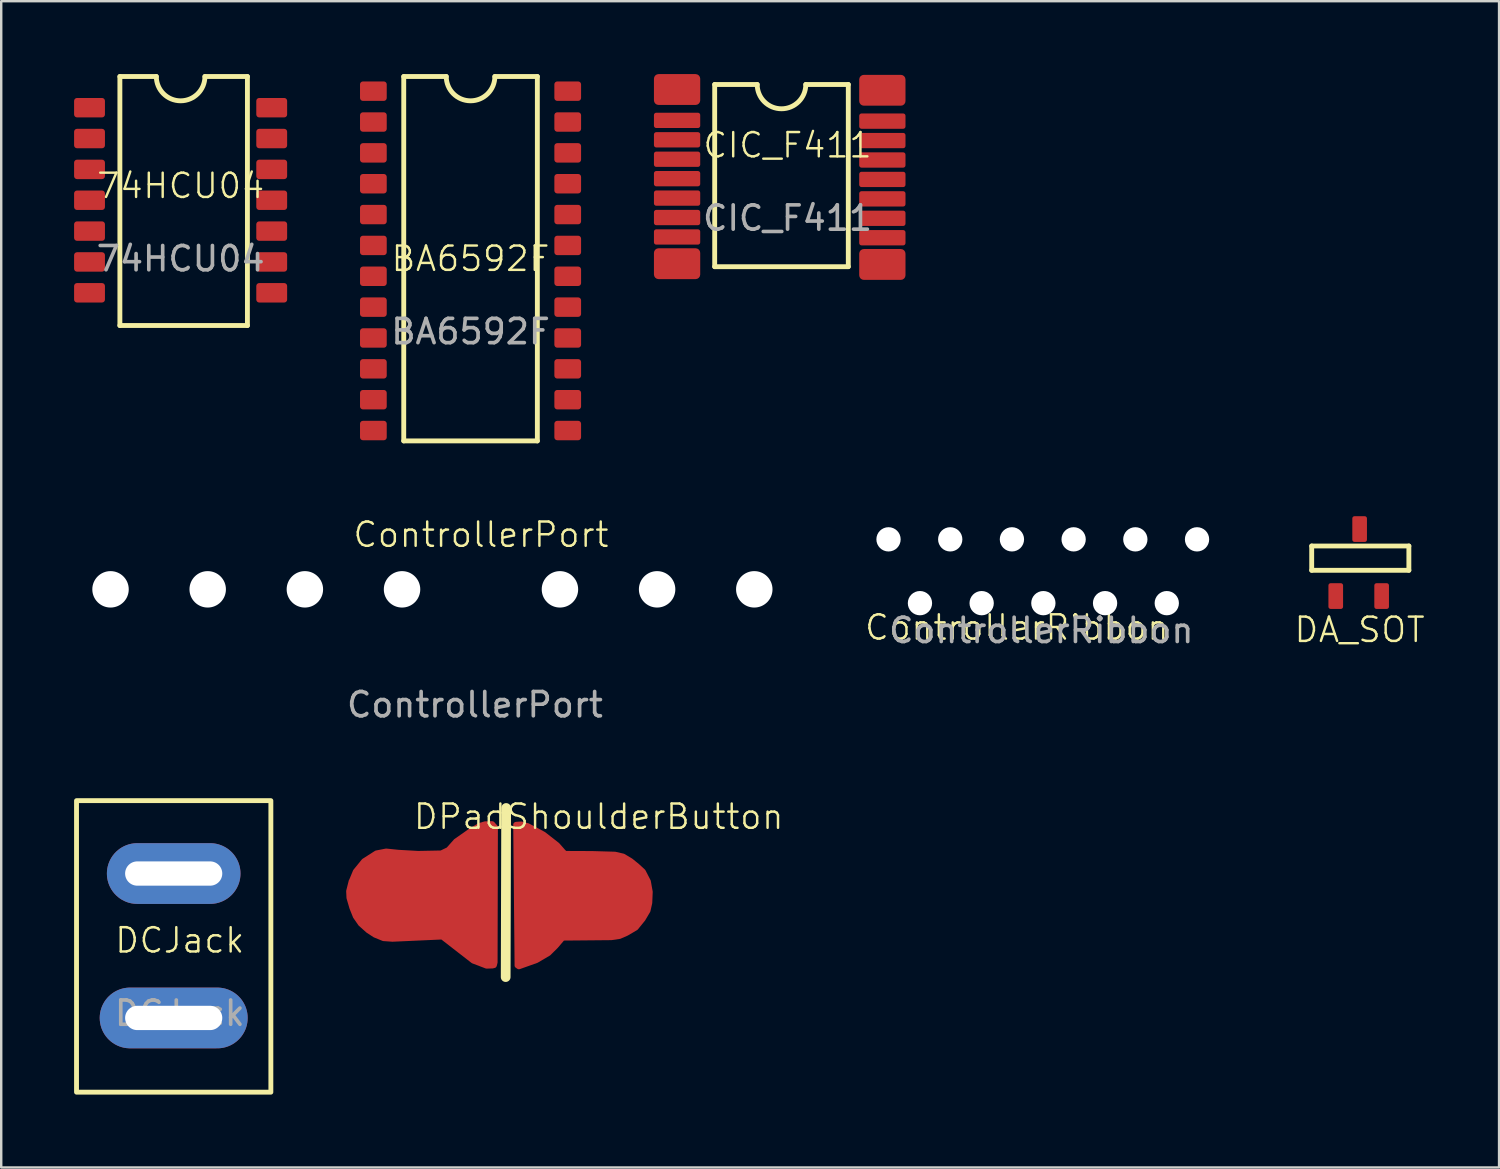
<source format=kicad_pcb>
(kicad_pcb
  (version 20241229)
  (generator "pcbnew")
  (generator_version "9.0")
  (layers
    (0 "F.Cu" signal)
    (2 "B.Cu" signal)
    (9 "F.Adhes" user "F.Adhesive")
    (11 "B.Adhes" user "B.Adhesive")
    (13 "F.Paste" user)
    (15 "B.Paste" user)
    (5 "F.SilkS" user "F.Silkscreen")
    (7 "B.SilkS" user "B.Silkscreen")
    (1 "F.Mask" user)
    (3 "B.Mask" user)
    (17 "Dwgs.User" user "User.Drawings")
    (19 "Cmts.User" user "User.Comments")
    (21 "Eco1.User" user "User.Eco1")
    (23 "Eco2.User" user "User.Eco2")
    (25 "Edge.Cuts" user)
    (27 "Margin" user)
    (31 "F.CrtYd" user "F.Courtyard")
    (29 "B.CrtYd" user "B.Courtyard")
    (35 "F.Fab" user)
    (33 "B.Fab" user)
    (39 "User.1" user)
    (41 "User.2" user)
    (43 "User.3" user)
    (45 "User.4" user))
  (footprint "CIC_F411"
    (layer "F.Cu")
    (at 29.37 3.428)
    (property "Reference" "CIC_F411" (at 0 -0.5 0) (unlocked yes) (layer "F.SilkS") (effects (font (size 1 1) (thickness 0.1))))
    (attr smd)
    (fp_line (start -3 -3) (end -3 4.5) (stroke (width 0.2) (type solid)) (layer "F.SilkS"))
    (fp_line (start -3 -3) (end -1.25 -3) (stroke (width 0.2) (type solid)) (layer "F.SilkS"))
    (fp_line (start -3 4.5) (end 2.5 4.5) (stroke (width 0.2) (type solid)) (layer "F.SilkS"))
    (fp_line (start 2.5 -3) (end 0.75 -3) (stroke (width 0.2) (type solid)) (layer "F.SilkS"))
    (fp_line (start 2.5 4.5) (end 2.5 -3) (stroke (width 0.2) (type solid)) (layer "F.SilkS"))
    (fp_arc (start 0.75 -3) (mid -0.25 -2) (end -1.25 -3) (stroke (width 0.2) (type solid)) (layer "F.SilkS"))
    (fp_text user "${REFERENCE}" (at 0 2.5 0) (unlocked yes) (layer "F.Fab") (effects (font (size 1 1) (thickness 0.15))))
    (pad "1" smd roundrect (at -4.548 -2.793) (size 1.905 1.27) (layers "F.Cu" "F.Mask" "F.Paste") (roundrect_rratio 0.15))
    (pad "2" smd roundrect (at -4.548 -1.523) (size 1.905 0.63) (layers "F.Cu" "F.Mask" "F.Paste") (roundrect_rratio 0.15))
    (pad "3" smd roundrect (at -4.548 -0.723) (size 1.905 0.63) (layers "F.Cu" "F.Mask" "F.Paste") (roundrect_rratio 0.15))
    (pad "4" smd roundrect (at -4.548 0.077) (size 1.905 0.63) (layers "F.Cu" "F.Mask" "F.Paste") (roundrect_rratio 0.15))
    (pad "5" smd roundrect (at -4.548 0.877) (size 1.905 0.63) (layers "F.Cu" "F.Mask" "F.Paste") (roundrect_rratio 0.15))
    (pad "6" smd roundrect (at -4.548 1.677) (size 1.905 0.63) (layers "F.Cu" "F.Mask" "F.Paste") (roundrect_rratio 0.15))
    (pad "7" smd roundrect (at -4.548 2.477) (size 1.905 0.63) (layers "F.Cu" "F.Mask" "F.Paste") (roundrect_rratio 0.15))
    (pad "8" smd roundrect (at -4.548 3.277) (size 1.905 0.63) (layers "F.Cu" "F.Mask" "F.Paste") (roundrect_rratio 0.15))
    (pad "9" smd roundrect (at -4.548 4.377) (size 1.905 1.27) (layers "F.Cu" "F.Mask" "F.Paste") (roundrect_rratio 0.15))
    (pad "10" smd roundrect (at 3.902 4.408) (size 1.905 1.27) (layers "F.Cu" "F.Mask" "F.Paste") (roundrect_rratio 0.15))
    (pad "11" smd roundrect (at 3.902 3.308) (size 1.905 0.63) (layers "F.Cu" "F.Mask" "F.Paste") (roundrect_rratio 0.15))
    (pad "12" smd roundrect (at 3.902 2.508) (size 1.905 0.63) (layers "F.Cu" "F.Mask" "F.Paste") (roundrect_rratio 0.15))
    (pad "13" smd roundrect (at 3.902 1.708) (size 1.905 0.63) (layers "F.Cu" "F.Mask" "F.Paste") (roundrect_rratio 0.15))
    (pad "14" smd roundrect (at 3.902 0.908) (size 1.905 0.63) (layers "F.Cu" "F.Mask" "F.Paste") (roundrect_rratio 0.15))
    (pad "15" smd roundrect (at 3.902 0.108) (size 1.905 0.63) (layers "F.Cu" "F.Mask" "F.Paste") (roundrect_rratio 0.15))
    (pad "16" smd roundrect (at 3.902 -0.692) (size 1.905 0.63) (layers "F.Cu" "F.Mask" "F.Paste") (roundrect_rratio 0.15))
    (pad "17" smd roundrect (at 3.902 -1.492) (size 1.905 0.63) (layers "F.Cu" "F.Mask" "F.Paste") (roundrect_rratio 0.15))
    (pad "18" smd roundrect (at 3.902 -2.762) (size 1.905 1.27) (layers "F.Cu" "F.Mask" "F.Paste") (roundrect_rratio 0.15)))
  (footprint "DA_SOT"
    (layer "F.Cu")
    (at 52.919 20.125)
    (property "Reference" "DA_SOT" (at 0 2.75 0) (unlocked yes) (layer "F.SilkS") (effects (font (size 1 1) (thickness 0.1))))
    (attr smd)
    (fp_line (start -1.973 -0.699) (end -1.973 0.301) (stroke (width 0.2) (type solid)) (layer "F.SilkS"))
    (fp_line (start -1.973 0.301) (end 2.027 0.301) (stroke (width 0.2) (type solid)) (layer "F.SilkS"))
    (fp_line (start 2.027 -0.699) (end -1.973 -0.699) (stroke (width 0.2) (type solid)) (layer "F.SilkS"))
    (fp_line (start 2.027 0.301) (end 2.027 -0.699) (stroke (width 0.2) (type solid)) (layer "F.SilkS"))
    (pad "1" smd roundrect (at 0.906 1.362 90) (size 1.059 0.603) (layers "F.Cu" "F.Mask" "F.Paste") (roundrect_rratio 0.15))
    (pad "2" smd roundrect (at -0.983 1.362 90) (size 1.059 0.603) (layers "F.Cu" "F.Mask" "F.Paste") (roundrect_rratio 0.15))
    (pad "3" smd roundrect (at 0 -1.396 90) (size 1.059 0.603) (layers "F.Cu" "F.Mask" "F.Paste") (roundrect_rratio 0.15)))
  (footprint "DCJack"
    (layer "F.Cu")
    (at 4.35 36.159)
    (property "Reference" "DCJack" (at 0 -0.5 0) (unlocked yes) (layer "F.SilkS") (effects (font (size 1 1) (thickness 0.1))))
    (attr smd)
    (fp_rect (start -4.25 -6.25) (end 3.75 5.75) (stroke (width 0.2) (type solid)) (fill no) (layer "F.SilkS"))
    (fp_text user "${REFERENCE}" (at 0 2.5 0) (unlocked yes) (layer "F.Fab") (effects (font (size 1 1) (thickness 0.15))))
    (pad "1" thru_hole oval (at -0.25 -3.25) (size 5.5 2.5) (drill oval 4 1) (layers "*.Cu" "*.Mask"))
    (pad "2" thru_hole oval (at -0.25 2.695) (size 6.091 2.5) (drill oval 4 1) (layers "*.Cu" "*.Mask")))
  (footprint "ControllerPort"
    (layer "F.Cu")
    (at 16.75 21.46)
    (property "Reference" "ControllerPort" (at 0 -2.5 0) (unlocked yes) (layer "F.SilkS") (effects (font (size 1 1) (thickness 0.1))))
    (attr smd)
    (fp_text user "${REFERENCE}" (at -0.25 4.5 0) (unlocked yes) (layer "F.Fab") (effects (font (size 1 1) (thickness 0.15))))
    (pad "1" thru_hole oval (at -15.25 -0.25) (size 3 4) (drill 1.5) (layers "*.Cu" "*.Mask") (remove_unused_layers yes) (zone_layer_connections))
    (pad "2" thru_hole oval (at -11.25 -0.25) (size 3 4) (drill 1.5) (layers "*.Cu" "*.Mask") (remove_unused_layers yes) (zone_layer_connections))
    (pad "3" thru_hole oval (at -7.25 -0.25) (size 3 4) (drill 1.5) (layers "*.Cu" "*.Mask") (remove_unused_layers yes) (zone_layer_connections))
    (pad "4" thru_hole oval (at -3.25 -0.25) (size 3 4) (drill 1.5) (layers "*.Cu" "*.Mask") (remove_unused_layers yes) (zone_layer_connections))
    (pad "5" thru_hole oval (at 3.25 -0.25) (size 3 4) (drill 1.5) (layers "*.Cu" "*.Mask") (remove_unused_layers yes) (zone_layer_connections))
    (pad "6" thru_hole oval (at 7.25 -0.25) (size 3 4) (drill 1.5) (layers "*.Cu" "*.Mask") (remove_unused_layers yes) (zone_layer_connections))
    (pad "7" thru_hole oval (at 11.25 -0.25) (size 3 4) (drill 1.5) (layers "*.Cu" "*.Mask") (remove_unused_layers yes) (zone_layer_connections)))
  (footprint "ControllerRibbon"
    (layer "F.Cu")
    (at 39.816 20.402)
    (property "Reference" "ControllerRibbon" (at -1.004 2.377 0) (unlocked yes) (layer "F.SilkS") (effects (font (size 1 1) (thickness 0.1))))
    (attr smd)
    (fp_text user "${REFERENCE}" (at 0 2.5 0) (unlocked yes) (layer "F.Fab") (effects (font (size 1 1) (thickness 0.15))))
    (pad "1" thru_hole circle (at -6.29 -1.25) (size 1.905 1.905) (drill 1) (layers "*.Cu" "*.Mask") (remove_unused_layers yes) (zone_layer_connections))
    (pad "2" thru_hole circle (at -4.996 1.377) (size 1.905 1.905) (drill 1) (layers "*.Cu" "*.Mask") (remove_unused_layers yes) (zone_layer_connections))
    (pad "3" thru_hole circle (at -3.75 -1.25) (size 1.905 1.905) (drill 1) (layers "*.Cu" "*.Mask") (remove_unused_layers yes) (zone_layer_connections))
    (pad "4" thru_hole circle (at -2.456 1.377) (size 1.905 1.905) (drill 1) (layers "*.Cu" "*.Mask") (remove_unused_layers yes) (zone_layer_connections))
    (pad "5" thru_hole circle (at -1.21 -1.25) (size 1.905 1.905) (drill 1) (layers "*.Cu" "*.Mask") (remove_unused_layers yes) (zone_layer_connections))
    (pad "6" thru_hole circle (at 0.084 1.377) (size 1.905 1.905) (drill 1) (layers "*.Cu" "*.Mask") (remove_unused_layers yes) (zone_layer_connections))
    (pad "7" thru_hole circle (at 1.33 -1.25) (size 1.905 1.905) (drill 1) (layers "*.Cu" "*.Mask") (remove_unused_layers yes) (zone_layer_connections))
    (pad "8" thru_hole circle (at 2.624 1.377) (size 1.905 1.905) (drill 1) (layers "*.Cu" "*.Mask") (remove_unused_layers yes) (zone_layer_connections))
    (pad "9" thru_hole circle (at 3.87 -1.25) (size 1.905 1.905) (drill 1) (layers "*.Cu" "*.Mask") (remove_unused_layers yes) (zone_layer_connections))
    (pad "10" thru_hole circle (at 5.164 1.377) (size 1.905 1.905) (drill 1) (layers "*.Cu" "*.Mask") (remove_unused_layers yes) (zone_layer_connections))
    (pad "11" thru_hole circle (at 6.41 -1.25) (size 1.905 1.905) (drill 1) (layers "*.Cu" "*.Mask") (remove_unused_layers yes) (zone_layer_connections)))
  (footprint "74HCU04"
    (layer "F.Cu")
    (at 4.385 5.1)
    (property "Reference" "74HCU04" (at 0 -0.5 0) (unlocked yes) (layer "F.SilkS") (effects (font (size 1 1) (thickness 0.1))))
    (attr smd)
    (fp_line (start -2.5 -5) (end -2.5 5.25) (stroke (width 0.2) (type solid)) (layer "F.SilkS"))
    (fp_line (start -2.5 -5) (end -1 -5) (stroke (width 0.2) (type solid)) (layer "F.SilkS"))
    (fp_line (start -2.5 5.25) (end 2.75 5.25) (stroke (width 0.2) (type solid)) (layer "F.SilkS"))
    (fp_line (start 2.75 -5) (end 1 -5) (stroke (width 0.2) (type solid)) (layer "F.SilkS"))
    (fp_line (start 2.75 5.25) (end 2.75 -5) (stroke (width 0.2) (type solid)) (layer "F.SilkS"))
    (fp_arc (start 1 -5) (mid 0 -4) (end -1 -5) (stroke (width 0.2) (type solid)) (layer "F.SilkS"))
    (fp_text user "${REFERENCE}" (at 0 2.5 0) (unlocked yes) (layer "F.Fab") (effects (font (size 1 1) (thickness 0.15))))
    (pad "1" smd roundrect (at -3.75 -3.717) (size 1.27 0.8) (layers "F.Cu" "F.Mask" "F.Paste") (roundrect_rratio 0.15))
    (pad "2" smd roundrect (at -3.75 -2.447) (size 1.27 0.8) (layers "F.Cu" "F.Mask" "F.Paste") (roundrect_rratio 0.15))
    (pad "3" smd roundrect (at -3.75 -1.177) (size 1.27 0.8) (layers "F.Cu" "F.Mask" "F.Paste") (roundrect_rratio 0.15))
    (pad "4" smd roundrect (at -3.75 0.093) (size 1.27 0.8) (layers "F.Cu" "F.Mask" "F.Paste") (roundrect_rratio 0.15))
    (pad "5" smd roundrect (at -3.75 1.363) (size 1.27 0.8) (layers "F.Cu" "F.Mask" "F.Paste") (roundrect_rratio 0.15))
    (pad "6" smd roundrect (at -3.75 2.633) (size 1.27 0.8) (layers "F.Cu" "F.Mask" "F.Paste") (roundrect_rratio 0.15))
    (pad "7" smd roundrect (at -3.75 3.903) (size 1.27 0.8) (layers "F.Cu" "F.Mask" "F.Paste") (roundrect_rratio 0.15))
    (pad "8" smd roundrect (at 3.75 3.903) (size 1.27 0.8) (layers "F.Cu" "F.Mask" "F.Paste") (roundrect_rratio 0.15))
    (pad "9" smd roundrect (at 3.75 2.633) (size 1.27 0.8) (layers "F.Cu" "F.Mask" "F.Paste") (roundrect_rratio 0.15))
    (pad "10" smd roundrect (at 3.75 1.363) (size 1.27 0.8) (layers "F.Cu" "F.Mask" "F.Paste") (roundrect_rratio 0.15))
    (pad "11" smd roundrect (at 3.75 0.093) (size 1.27 0.8) (layers "F.Cu" "F.Mask" "F.Paste") (roundrect_rratio 0.15))
    (pad "12" smd roundrect (at 3.75 -1.177) (size 1.27 0.8) (layers "F.Cu" "F.Mask" "F.Paste") (roundrect_rratio 0.15))
    (pad "13" smd roundrect (at 3.75 -2.447) (size 1.27 0.8) (layers "F.Cu" "F.Mask" "F.Paste") (roundrect_rratio 0.15))
    (pad "14" smd roundrect (at 3.75 -3.717) (size 1.27 0.8) (layers "F.Cu" "F.Mask" "F.Paste") (roundrect_rratio 0.15)))
  (footprint "DPadShoulderButton"
    (layer "F.Cu")
    (at 17.725 33.789)
    (property "Reference" "DPadShoulderButton" (at 3.87 -3.22 0) (unlocked yes) (layer "F.SilkS") (effects (font (size 1 1) (thickness 0.1))))
    (attr smd)
    (fp_line (start 0.041 3.383) (end 0.061 -3.579) (stroke (width 0.4) (type default)) (layer "F.SilkS"))
    (pad "1" smd custom (at -4.037 -0.122) (size 1.27 1.27) (layers "F.Cu" "F.Mask") (options (anchor circle)) (primitives (gr_poly (pts (xy -0.953 -0.445) (xy -0.938 -0.517) (xy -0.897 -0.579) (xy -0.835 -0.62) (xy -0.762 -0.635) (xy 0.762 -0.635) (xy 0.835 -0.62) (xy 0.897 -0.579) (xy 0.938 -0.517) (xy 0.953 -0.445) (xy 0.953 0.445) (xy 0.938 0.517) (xy 0.897 0.579) (xy 0.835 0.62) (xy 0.762 0.635) (xy -0.762 0.635) (xy -0.835 0.62) (xy -0.897 0.579) (xy -0.938 0.517) (xy -0.953 0.445)) (width 0) (fill yes)) (gr_poly (pts (xy -2.269 -0.468) (xy -2.111 -0.85) (xy -1.762 -1.278) (xy -1.248 -1.607) (xy -0.84 -1.686) (xy -0.333 -1.634) (xy 0.477 -1.588) (xy 1.426 -1.607) (xy 1.715 -1.746) (xy 2.025 -2.095) (xy 2.598 -2.497) (xy 3 -2.74) (xy 3.23 -2.806) (xy 3.527 -2.813) (xy 3.658 -2.668) (xy 3.645 2.897) (xy 3.612 3.029) (xy 3.533 3.049) (xy 3.289 3.056) (xy 2.736 2.845) (xy 1.498 1.883) (xy 1.458 1.857) (xy -0.583 1.949) (xy -0.952 1.923) (xy -1.308 1.778) (xy -1.591 1.593) (xy -1.9 1.317) (xy -2.111 1.014) (xy -2.256 0.652) (xy -2.375 0.243) (xy -2.388 -0.033) (xy -2.282 -0.455)) (width 0.2) (fill yes))))
    (pad "2" smd custom (at 4.16 -0.122) (size 1.27 1.27) (layers "F.Cu" "F.Mask") (options (anchor circle)) (primitives (gr_poly (pts (xy -0.953 -0.445) (xy -0.938 -0.517) (xy -0.897 -0.579) (xy -0.835 -0.62) (xy -0.762 -0.635) (xy 0.762 -0.635) (xy 0.835 -0.62) (xy 0.897 -0.579) (xy 0.938 -0.517) (xy 0.953 -0.445) (xy 0.953 0.445) (xy 0.938 0.517) (xy 0.897 0.579) (xy 0.835 0.62) (xy 0.762 0.635) (xy -0.762 0.635) (xy -0.835 0.62) (xy -0.897 0.579) (xy -0.938 0.517) (xy -0.953 0.445)) (width 0) (fill yes)) (gr_poly (pts (xy -3.708 -2.778) (xy -3.687 -2.786) (xy -3.476 -2.8) (xy -3.202 -2.727) (xy -2.557 -2.383) (xy -1.99 -1.94) (xy -1.757 -1.675) (xy -1.67 -1.588) (xy -0.558 -1.583) (xy 0.379 -1.556) (xy 0.718 -1.478) (xy 1.033 -1.29) (xy 1.303 -1.071) (xy 1.546 -0.847) (xy 1.756 -0.44) (xy 1.834 -0.005) (xy 1.815 0.448) (xy 1.742 0.772) (xy 1.537 1.12) (xy 1.244 1.481) (xy 0.864 1.705) (xy 0.571 1.833) (xy 0.228 1.884) (xy -1.167 1.897) (xy -1.766 1.902) (xy -2.054 2.24) (xy -2.351 2.533) (xy -2.85 2.826) (xy -3.576 3.084) (xy -3.653 3.034) (xy -3.653 2.919) (xy -3.708 -2.778)) (width 0.2) (fill yes)))))
  (footprint "BA6592F"
    (layer "F.Cu")
    (at 16.32 8.1)
    (property "Reference" "BA6592F" (at 0 -0.5 0) (unlocked yes) (layer "F.SilkS") (effects (font (size 1 1) (thickness 0.1))))
    (attr smd)
    (fp_line (start -2.75 -8) (end -2.75 7) (stroke (width 0.2) (type solid)) (layer "F.SilkS"))
    (fp_line (start -2.75 -8) (end -1 -8) (stroke (width 0.2) (type solid)) (layer "F.SilkS"))
    (fp_line (start -2.75 7) (end 2.75 7) (stroke (width 0.2) (type solid)) (layer "F.SilkS"))
    (fp_line (start 2.75 -8) (end 1 -8) (stroke (width 0.2) (type solid)) (layer "F.SilkS"))
    (fp_line (start 2.75 7) (end 2.75 -8) (stroke (width 0.2) (type solid)) (layer "F.SilkS"))
    (fp_arc (start 1 -8) (mid 0 -7) (end -1 -8) (stroke (width 0.2) (type solid)) (layer "F.SilkS"))
    (fp_text user "${REFERENCE}" (at 0 2.5 0) (unlocked yes) (layer "F.Fab") (effects (font (size 1 1) (thickness 0.15))))
    (pad "1" smd roundrect (at -4 -7.397) (size 1.1 0.8) (layers "F.Cu" "F.Mask" "F.Paste") (roundrect_rratio 0.15))
    (pad "2" smd roundrect (at -4 -6.127) (size 1.1 0.8) (layers "F.Cu" "F.Mask" "F.Paste") (roundrect_rratio 0.15))
    (pad "3" smd roundrect (at -4 -4.857) (size 1.1 0.8) (layers "F.Cu" "F.Mask" "F.Paste") (roundrect_rratio 0.15))
    (pad "4" smd roundrect (at -4 -3.587) (size 1.1 0.8) (layers "F.Cu" "F.Mask" "F.Paste") (roundrect_rratio 0.15))
    (pad "5" smd roundrect (at -4 -2.317) (size 1.1 0.8) (layers "F.Cu" "F.Mask" "F.Paste") (roundrect_rratio 0.15))
    (pad "6" smd roundrect (at -4 -1.047) (size 1.1 0.8) (layers "F.Cu" "F.Mask" "F.Paste") (roundrect_rratio 0.15))
    (pad "7" smd roundrect (at -4 0.223) (size 1.1 0.8) (layers "F.Cu" "F.Mask" "F.Paste") (roundrect_rratio 0.15))
    (pad "8" smd roundrect (at -4 1.493) (size 1.1 0.8) (layers "F.Cu" "F.Mask" "F.Paste") (roundrect_rratio 0.15))
    (pad "9" smd roundrect (at -4 2.763) (size 1.1 0.8) (layers "F.Cu" "F.Mask" "F.Paste") (roundrect_rratio 0.15))
    (pad "10" smd roundrect (at -4 4.033) (size 1.1 0.8) (layers "F.Cu" "F.Mask" "F.Paste") (roundrect_rratio 0.15))
    (pad "11" smd roundrect (at -4 5.303) (size 1.1 0.8) (layers "F.Cu" "F.Mask" "F.Paste") (roundrect_rratio 0.15))
    (pad "12" smd roundrect (at -4 6.573) (size 1.1 0.8) (layers "F.Cu" "F.Mask" "F.Paste") (roundrect_rratio 0.15))
    (pad "13" smd roundrect (at 4 6.573) (size 1.1 0.8) (layers "F.Cu" "F.Mask" "F.Paste") (roundrect_rratio 0.15))
    (pad "14" smd roundrect (at 4 5.303) (size 1.1 0.8) (layers "F.Cu" "F.Mask" "F.Paste") (roundrect_rratio 0.15))
    (pad "15" smd roundrect (at 4 4.033) (size 1.1 0.8) (layers "F.Cu" "F.Mask" "F.Paste") (roundrect_rratio 0.15))
    (pad "16" smd roundrect (at 4 2.763) (size 1.1 0.8) (layers "F.Cu" "F.Mask" "F.Paste") (roundrect_rratio 0.15))
    (pad "17" smd roundrect (at 4 1.493) (size 1.1 0.8) (layers "F.Cu" "F.Mask" "F.Paste") (roundrect_rratio 0.15))
    (pad "18" smd roundrect (at 4 0.223) (size 1.1 0.8) (layers "F.Cu" "F.Mask" "F.Paste") (roundrect_rratio 0.15))
    (pad "19" smd roundrect (at 4 -1.047) (size 1.1 0.8) (layers "F.Cu" "F.Mask" "F.Paste") (roundrect_rratio 0.15))
    (pad "20" smd roundrect (at 4 -2.317) (size 1.1 0.8) (layers "F.Cu" "F.Mask" "F.Paste") (roundrect_rratio 0.15))
    (pad "21" smd roundrect (at 4 -3.587) (size 1.1 0.8) (layers "F.Cu" "F.Mask" "F.Paste") (roundrect_rratio 0.15))
    (pad "22" smd roundrect (at 4 -4.857) (size 1.1 0.8) (layers "F.Cu" "F.Mask" "F.Paste") (roundrect_rratio 0.15))
    (pad "23" smd roundrect (at 4 -6.127) (size 1.1 0.8) (layers "F.Cu" "F.Mask" "F.Paste") (roundrect_rratio 0.15))
    (pad "24" smd roundrect (at 4 -7.397) (size 1.1 0.8) (layers "F.Cu" "F.Mask" "F.Paste") (roundrect_rratio 0.15)))
  (gr_rect
    (start -3 -3)
    (end 58.659 45.009)
    (stroke (width 0.1) (type default))
    (fill no)
    (layer "Edge.Cuts")))
</source>
